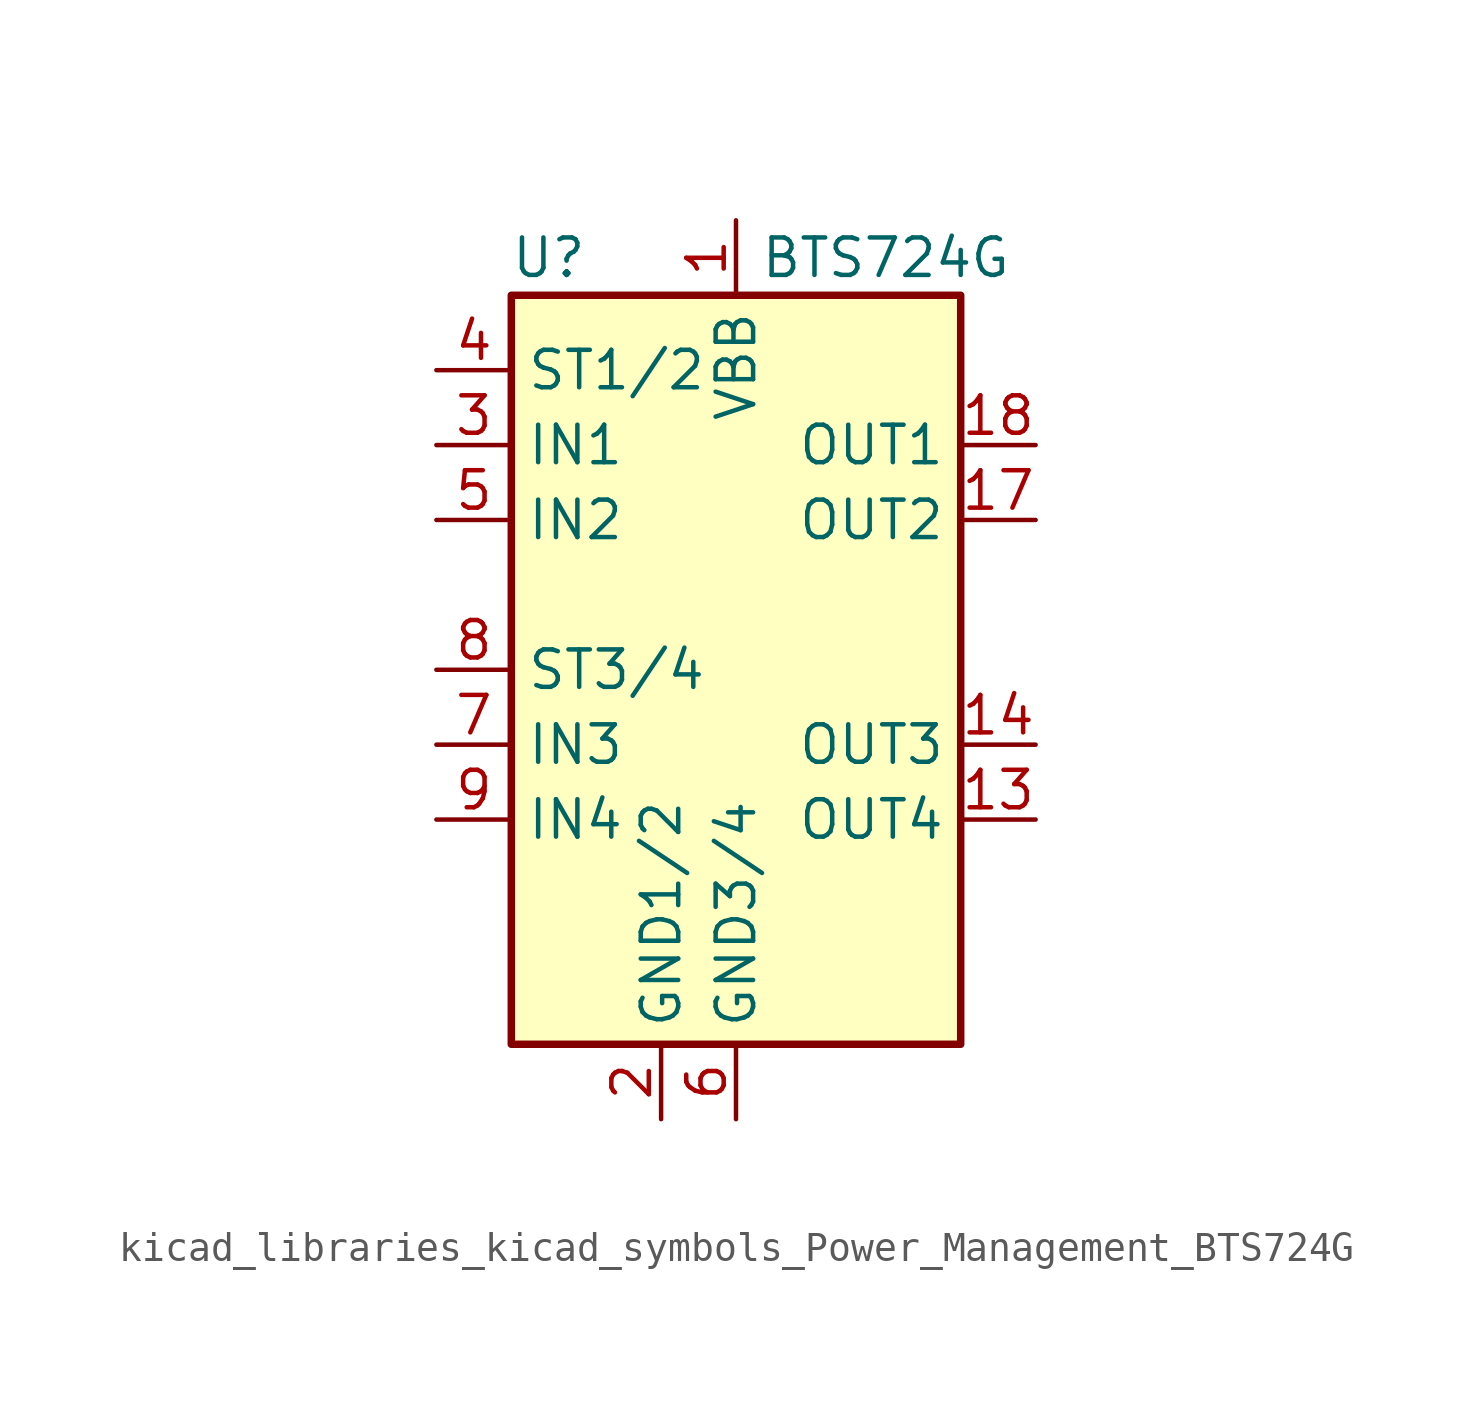
<source format=kicad_sym>
(kicad_symbol_lib
  (version 20220914)
  (generator kicad_symbol_editor)
  (symbol "kicad_libraries_kicad_symbols_Power_Management_BTS724G"
    (property "Reference" "U"
      (at -6.35 13.97 0)
      (effects (font (size 1.27 1.27))))
    (property "Value" "BTS724G"
      (at 5.08 13.97 0)
      (effects (font (size 1.27 1.27))))
    (symbol "kicad_libraries_kicad_symbols_Power_Management_BTS724G_0_1"
      (rectangle (start -7.62 12.7) (end 7.62 -12.7) (stroke (width 0.254) (type default)) (fill (type background))))
    (symbol "kicad_libraries_kicad_symbols_Power_Management_BTS724G_1_1"
      (pin power_in line (at 0 15.24 270) (length 2.54) (name "VBB" (effects (font (size 1.27 1.27)))) (number "1" (effects (font (size 1.27 1.27)))))
      (pin passive line (at 0 15.24 270) (length 2.54) hide (name "VBB" (effects (font (size 1.27 1.27)))) (number "10" (effects (font (size 1.27 1.27)))))
      (pin passive line (at 0 15.24 270) (length 2.54) hide (name "VBB" (effects (font (size 1.27 1.27)))) (number "11" (effects (font (size 1.27 1.27)))))
      (pin passive line (at 0 15.24 270) (length 2.54) hide (name "VBB" (effects (font (size 1.27 1.27)))) (number "12" (effects (font (size 1.27 1.27)))))
      (pin open_emitter line (at 10.16 -5.08 180) (length 2.54) (name "OUT4" (effects (font (size 1.27 1.27)))) (number "13" (effects (font (size 1.27 1.27)))))
      (pin open_emitter line (at 10.16 -2.54 180) (length 2.54) (name "OUT3" (effects (font (size 1.27 1.27)))) (number "14" (effects (font (size 1.27 1.27)))))
      (pin passive line (at 0 15.24 270) (length 2.54) hide (name "VBB" (effects (font (size 1.27 1.27)))) (number "15" (effects (font (size 1.27 1.27)))))
      (pin passive line (at 0 15.24 270) (length 2.54) hide (name "VBB" (effects (font (size 1.27 1.27)))) (number "16" (effects (font (size 1.27 1.27)))))
      (pin open_emitter line (at 10.16 5.08 180) (length 2.54) (name "OUT2" (effects (font (size 1.27 1.27)))) (number "17" (effects (font (size 1.27 1.27)))))
      (pin open_emitter line (at 10.16 7.62 180) (length 2.54) (name "OUT1" (effects (font (size 1.27 1.27)))) (number "18" (effects (font (size 1.27 1.27)))))
      (pin passive line (at 0 15.24 270) (length 2.54) hide (name "VBB" (effects (font (size 1.27 1.27)))) (number "19" (effects (font (size 1.27 1.27)))))
      (pin power_in line (at -2.54 -15.24 90) (length 2.54) (name "GND1/2" (effects (font (size 1.27 1.27)))) (number "2" (effects (font (size 1.27 1.27)))))
      (pin passive line (at 0 15.24 270) (length 2.54) hide (name "VBB" (effects (font (size 1.27 1.27)))) (number "20" (effects (font (size 1.27 1.27)))))
      (pin input line (at -10.16 7.62 0) (length 2.54) (name "IN1" (effects (font (size 1.27 1.27)))) (number "3" (effects (font (size 1.27 1.27)))))
      (pin open_collector line (at -10.16 10.16 0) (length 2.54) (name "ST1/2" (effects (font (size 1.27 1.27)))) (number "4" (effects (font (size 1.27 1.27)))))
      (pin input line (at -10.16 5.08 0) (length 2.54) (name "IN2" (effects (font (size 1.27 1.27)))) (number "5" (effects (font (size 1.27 1.27)))))
      (pin power_in line (at 0 -15.24 90) (length 2.54) (name "GND3/4" (effects (font (size 1.27 1.27)))) (number "6" (effects (font (size 1.27 1.27)))))
      (pin input line (at -10.16 -2.54 0) (length 2.54) (name "IN3" (effects (font (size 1.27 1.27)))) (number "7" (effects (font (size 1.27 1.27)))))
      (pin open_collector line (at -10.16 0 0) (length 2.54) (name "ST3/4" (effects (font (size 1.27 1.27)))) (number "8" (effects (font (size 1.27 1.27)))))
      (pin input line (at -10.16 -5.08 0) (length 2.54) (name "IN4" (effects (font (size 1.27 1.27)))) (number "9" (effects (font (size 1.27 1.27))))))))
</source>
